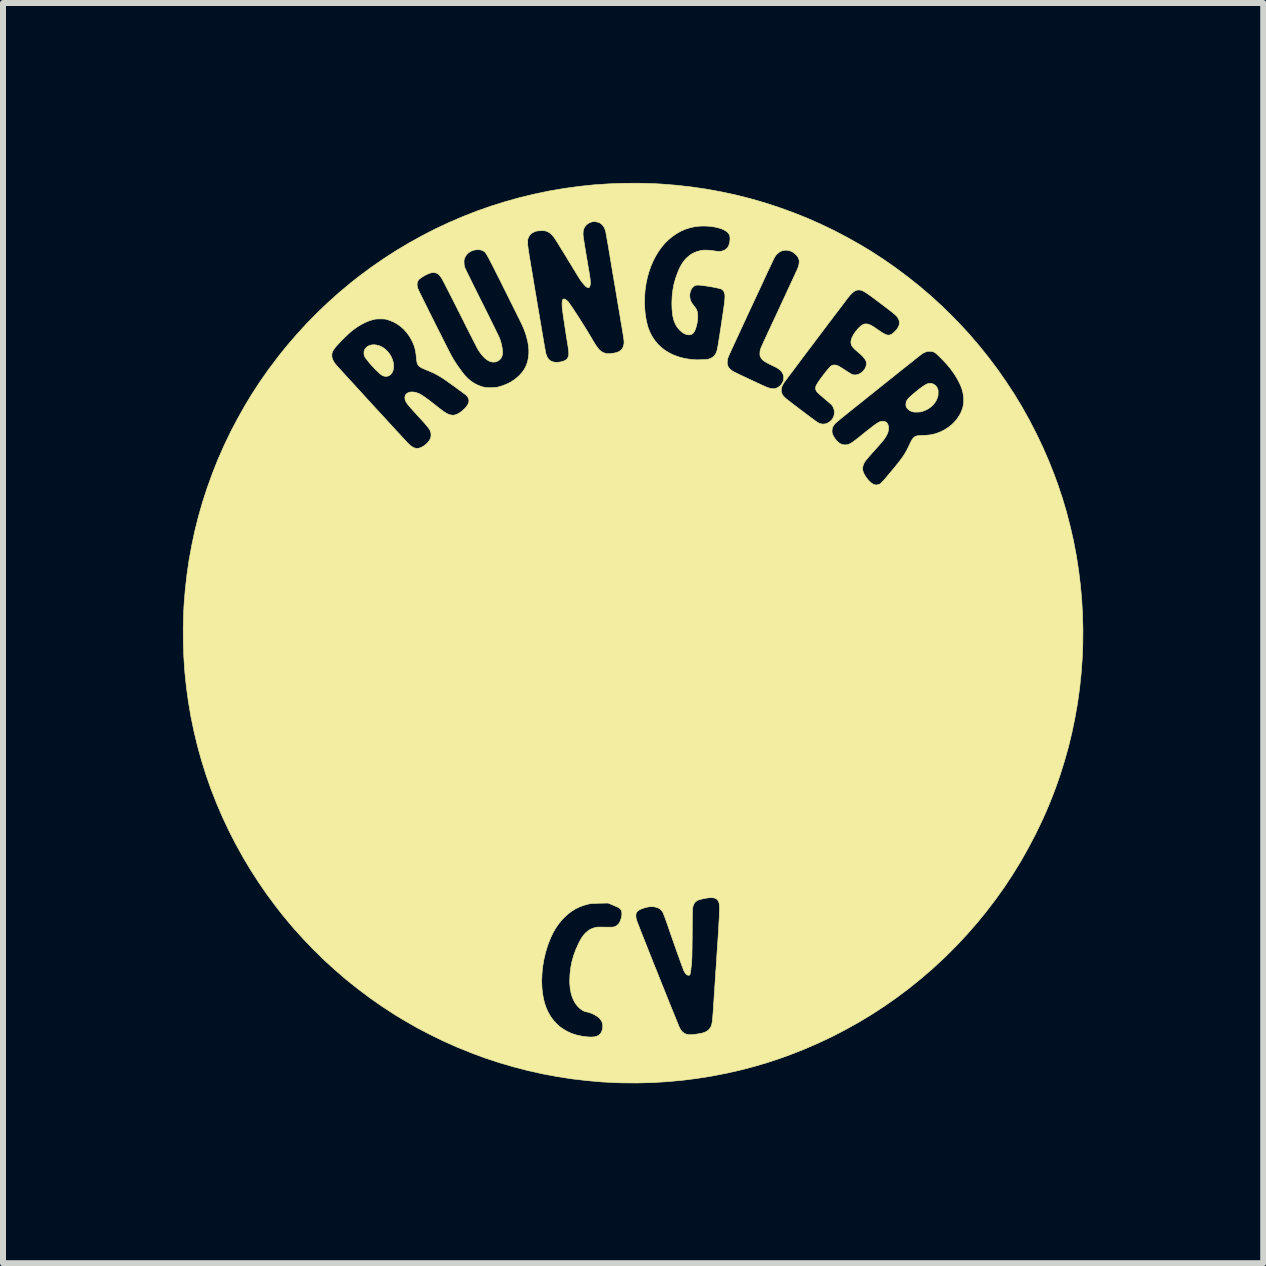
<source format=kicad_pcb>
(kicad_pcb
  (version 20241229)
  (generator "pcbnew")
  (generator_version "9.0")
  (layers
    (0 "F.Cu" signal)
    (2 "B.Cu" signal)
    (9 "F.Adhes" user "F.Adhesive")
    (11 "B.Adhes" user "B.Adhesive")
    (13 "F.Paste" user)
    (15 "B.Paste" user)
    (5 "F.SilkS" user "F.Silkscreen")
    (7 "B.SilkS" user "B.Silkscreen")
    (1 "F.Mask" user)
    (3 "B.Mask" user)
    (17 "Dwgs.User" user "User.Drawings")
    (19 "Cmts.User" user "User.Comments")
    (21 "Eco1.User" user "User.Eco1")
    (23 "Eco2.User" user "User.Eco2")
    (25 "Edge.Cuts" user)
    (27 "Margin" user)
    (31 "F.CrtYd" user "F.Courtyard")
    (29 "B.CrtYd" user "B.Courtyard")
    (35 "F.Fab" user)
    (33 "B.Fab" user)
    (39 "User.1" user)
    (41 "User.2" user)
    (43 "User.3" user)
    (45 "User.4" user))
  (footprint "Rungler CV"
    (layer "F.Cu")
    (at 7.505 7.505)
    (property "Reference" "Rungler CV" (at 0 0 0) (layer "F.SilkS") (effects (font (size 1.524 1.524) (thickness 0.3))))
    (attr through_hole)
    (fp_poly (pts (xy -4.276 -4.802) (xy -4.234 -4.791) (xy -4.204 -4.779) (xy -4.161 -4.755) (xy -4.122 -4.724) (xy -4.086 -4.687) (xy -4.055 -4.646) (xy -4.029 -4.601) (xy -4.01 -4.555) (xy -3.997 -4.507) (xy -3.993 -4.469) (xy -3.994 -4.424) (xy -4 -4.384) (xy -4.013 -4.35) (xy -4.033 -4.322) (xy -4.039 -4.314) (xy -4.06 -4.297) (xy -4.082 -4.286) (xy -4.108 -4.281) (xy -4.115 -4.281) (xy -4.135 -4.281) (xy -4.151 -4.284) (xy -4.167 -4.29) (xy -4.179 -4.295) (xy -4.19 -4.301) (xy -4.201 -4.308) (xy -4.213 -4.317) (xy -4.227 -4.33) (xy -4.244 -4.346) (xy -4.266 -4.366) (xy -4.286 -4.385) (xy -4.31 -4.41) (xy -4.335 -4.437) (xy -4.361 -4.465) (xy -4.386 -4.494) (xy -4.41 -4.522) (xy -4.431 -4.549) (xy -4.449 -4.572) (xy -4.464 -4.592) (xy -4.473 -4.607) (xy -4.474 -4.61) (xy -4.484 -4.639) (xy -4.487 -4.671) (xy -4.484 -4.702) (xy -4.481 -4.712) (xy -4.469 -4.736) (xy -4.451 -4.758) (xy -4.428 -4.778) (xy -4.402 -4.792) (xy -4.392 -4.796) (xy -4.356 -4.805) (xy -4.317 -4.807) (xy -4.276 -4.802)) (stroke (width 0.01) (type solid)) (fill yes) (layer "F.SilkS"))
    (fp_poly (pts (xy 4.969 -4.163) (xy 4.983 -4.16) (xy 4.998 -4.155) (xy 5.009 -4.149) (xy 5.031 -4.136) (xy 5.049 -4.12) (xy 5.064 -4.1) (xy 5.075 -4.078) (xy 5.08 -4.066) (xy 5.083 -4.056) (xy 5.085 -4.044) (xy 5.086 -4.029) (xy 5.086 -4.007) (xy 5.086 -4.007) (xy 5.085 -3.974) (xy 5.082 -3.949) (xy 5.078 -3.935) (xy 5.059 -3.887) (xy 5.033 -3.843) (xy 5 -3.803) (xy 4.961 -3.767) (xy 4.916 -3.736) (xy 4.865 -3.711) (xy 4.834 -3.7) (xy 4.816 -3.694) (xy 4.8 -3.69) (xy 4.785 -3.687) (xy 4.767 -3.686) (xy 4.743 -3.685) (xy 4.739 -3.685) (xy 4.713 -3.684) (xy 4.694 -3.685) (xy 4.678 -3.686) (xy 4.665 -3.689) (xy 4.659 -3.691) (xy 4.634 -3.699) (xy 4.614 -3.709) (xy 4.596 -3.722) (xy 4.586 -3.731) (xy 4.568 -3.75) (xy 4.556 -3.769) (xy 4.55 -3.791) (xy 4.549 -3.814) (xy 4.551 -3.839) (xy 4.557 -3.862) (xy 4.569 -3.884) (xy 4.583 -3.904) (xy 4.594 -3.916) (xy 4.61 -3.932) (xy 4.631 -3.951) (xy 4.656 -3.973) (xy 4.682 -3.996) (xy 4.71 -4.019) (xy 4.738 -4.042) (xy 4.765 -4.063) (xy 4.789 -4.082) (xy 4.796 -4.087) (xy 4.828 -4.11) (xy 4.854 -4.127) (xy 4.876 -4.141) (xy 4.895 -4.151) (xy 4.912 -4.157) (xy 4.927 -4.161) (xy 4.942 -4.163) (xy 4.951 -4.163) (xy 4.969 -4.163)) (stroke (width 0.01) (type solid)) (fill yes) (layer "F.SilkS"))
    (fp_poly (pts (xy 0.35 -7.493) (xy 0.466 -7.487) (xy 0.717 -7.467) (xy 0.967 -7.439) (xy 1.216 -7.403) (xy 1.462 -7.358) (xy 1.707 -7.306) (xy 1.949 -7.245) (xy 2.189 -7.176) (xy 2.426 -7.099) (xy 2.661 -7.014) (xy 2.893 -6.922) (xy 3.122 -6.821) (xy 3.348 -6.713) (xy 3.571 -6.596) (xy 3.79 -6.473) (xy 3.975 -6.361) (xy 4.184 -6.225) (xy 4.388 -6.082) (xy 4.588 -5.932) (xy 4.784 -5.776) (xy 4.974 -5.613) (xy 5.159 -5.443) (xy 5.338 -5.267) (xy 5.512 -5.085) (xy 5.603 -4.985) (xy 5.767 -4.794) (xy 5.925 -4.598) (xy 6.076 -4.397) (xy 6.22 -4.191) (xy 6.357 -3.981) (xy 6.487 -3.766) (xy 6.609 -3.547) (xy 6.724 -3.324) (xy 6.832 -3.097) (xy 6.932 -2.867) (xy 7.025 -2.632) (xy 7.078 -2.487) (xy 7.157 -2.252) (xy 7.227 -2.015) (xy 7.289 -1.775) (xy 7.344 -1.534) (xy 7.39 -1.291) (xy 7.428 -1.046) (xy 7.458 -0.801) (xy 7.48 -0.555) (xy 7.494 -0.308) (xy 7.5 -0.061) (xy 7.498 0.186) (xy 7.488 0.433) (xy 7.47 0.68) (xy 7.444 0.926) (xy 7.41 1.17) (xy 7.367 1.414) (xy 7.317 1.656) (xy 7.259 1.897) (xy 7.192 2.135) (xy 7.118 2.371) (xy 7.078 2.487) (xy 7.031 2.618) (xy 6.982 2.745) (xy 6.933 2.867) (xy 6.881 2.989) (xy 6.826 3.111) (xy 6.767 3.236) (xy 6.704 3.365) (xy 6.697 3.378) (xy 6.58 3.6) (xy 6.457 3.817) (xy 6.326 4.03) (xy 6.188 4.239) (xy 6.043 4.442) (xy 5.891 4.641) (xy 5.732 4.836) (xy 5.567 5.025) (xy 5.396 5.208) (xy 5.218 5.387) (xy 5.033 5.559) (xy 4.985 5.603) (xy 4.794 5.767) (xy 4.598 5.925) (xy 4.397 6.076) (xy 4.191 6.22) (xy 3.981 6.357) (xy 3.766 6.487) (xy 3.547 6.609) (xy 3.324 6.725) (xy 3.097 6.832) (xy 2.866 6.933) (xy 2.632 7.025) (xy 2.487 7.078) (xy 2.255 7.156) (xy 2.019 7.226) (xy 1.781 7.288) (xy 1.54 7.342) (xy 1.297 7.389) (xy 1.052 7.427) (xy 0.806 7.458) (xy 0.559 7.48) (xy 0.311 7.495) (xy 0.064 7.501) (xy -0.183 7.499) (xy -0.26 7.497) (xy -0.513 7.484) (xy -0.765 7.462) (xy -1.014 7.433) (xy -1.262 7.395) (xy -1.508 7.349) (xy -1.752 7.295) (xy -1.994 7.232) (xy -2.233 7.162) (xy -2.47 7.084) (xy -2.705 6.997) (xy -2.936 6.903) (xy -3.165 6.801) (xy -3.39 6.691) (xy -3.613 6.574) (xy -3.832 6.448) (xy -3.975 6.361) (xy -4.184 6.225) (xy -4.389 6.082) (xy -4.588 5.932) (xy -4.776 5.782) (xy -1.523 5.782) (xy -1.523 5.838) (xy -1.518 5.93) (xy -1.508 6.015) (xy -1.494 6.095) (xy -1.475 6.17) (xy -1.475 6.172) (xy -1.447 6.252) (xy -1.413 6.327) (xy -1.373 6.395) (xy -1.326 6.458) (xy -1.274 6.515) (xy -1.217 6.566) (xy -1.153 6.61) (xy -1.085 6.648) (xy -1.012 6.68) (xy -0.934 6.704) (xy -0.851 6.721) (xy -0.832 6.724) (xy -0.783 6.73) (xy -0.737 6.734) (xy -0.695 6.735) (xy -0.659 6.733) (xy -0.639 6.731) (xy -0.603 6.721) (xy -0.573 6.706) (xy -0.548 6.684) (xy -0.529 6.655) (xy -0.515 6.62) (xy -0.51 6.602) (xy -0.505 6.56) (xy -0.507 6.522) (xy -0.517 6.486) (xy -0.536 6.453) (xy -0.556 6.427) (xy -0.581 6.404) (xy -0.612 6.382) (xy -0.648 6.361) (xy -0.686 6.343) (xy -0.725 6.328) (xy -0.762 6.318) (xy -0.785 6.314) (xy -0.809 6.307) (xy -0.835 6.295) (xy -0.863 6.277) (xy -0.891 6.255) (xy -0.918 6.229) (xy -0.928 6.218) (xy -0.963 6.172) (xy -0.993 6.119) (xy -1.017 6.061) (xy -1.035 5.997) (xy -1.048 5.927) (xy -1.055 5.851) (xy -1.056 5.795) (xy -1.052 5.688) (xy -1.04 5.583) (xy -1.02 5.48) (xy -0.992 5.379) (xy -0.955 5.278) (xy -0.91 5.179) (xy -0.908 5.174) (xy -0.887 5.134) (xy -0.869 5.1) (xy -0.851 5.072) (xy -0.833 5.047) (xy -0.815 5.024) (xy -0.794 5.002) (xy -0.792 5) (xy -0.755 4.967) (xy -0.717 4.942) (xy -0.676 4.923) (xy -0.63 4.909) (xy -0.625 4.907) (xy -0.612 4.905) (xy -0.598 4.903) (xy -0.58 4.902) (xy -0.558 4.902) (xy -0.53 4.902) (xy -0.506 4.902) (xy -0.464 4.903) (xy -0.429 4.903) (xy -0.401 4.903) (xy -0.378 4.903) (xy -0.361 4.903) (xy -0.347 4.903) (xy -0.336 4.902) (xy -0.328 4.9) (xy -0.32 4.899) (xy -0.313 4.897) (xy -0.283 4.884) (xy -0.256 4.864) (xy -0.234 4.839) (xy -0.233 4.837) (xy -0.219 4.813) (xy -0.207 4.783) (xy -0.197 4.75) (xy -0.19 4.718) (xy -0.188 4.703) (xy 0.046 4.703) (xy 0.047 4.736) (xy 0.055 4.773) (xy 0.062 4.796) (xy 0.066 4.808) (xy 0.074 4.828) (xy 0.084 4.854) (xy 0.097 4.887) (xy 0.112 4.926) (xy 0.129 4.97) (xy 0.148 5.019) (xy 0.17 5.073) (xy 0.192 5.13) (xy 0.217 5.192) (xy 0.242 5.256) (xy 0.269 5.324) (xy 0.297 5.393) (xy 0.325 5.465) (xy 0.354 5.538) (xy 0.384 5.611) (xy 0.414 5.686) (xy 0.443 5.76) (xy 0.473 5.834) (xy 0.502 5.907) (xy 0.531 5.978) (xy 0.559 6.048) (xy 0.586 6.116) (xy 0.612 6.181) (xy 0.637 6.243) (xy 0.661 6.301) (xy 0.683 6.355) (xy 0.703 6.405) (xy 0.721 6.449) (xy 0.737 6.489) (xy 0.751 6.522) (xy 0.762 6.55) (xy 0.771 6.57) (xy 0.777 6.583) (xy 0.778 6.587) (xy 0.8 6.622) (xy 0.826 6.652) (xy 0.856 6.674) (xy 0.89 6.689) (xy 0.9 6.691) (xy 0.928 6.696) (xy 0.963 6.696) (xy 1.005 6.694) (xy 1.049 6.688) (xy 1.099 6.68) (xy 1.141 6.672) (xy 1.177 6.662) (xy 1.207 6.65) (xy 1.232 6.636) (xy 1.254 6.62) (xy 1.272 6.602) (xy 1.278 6.594) (xy 1.287 6.582) (xy 1.294 6.57) (xy 1.301 6.557) (xy 1.306 6.542) (xy 1.311 6.525) (xy 1.316 6.504) (xy 1.32 6.48) (xy 1.323 6.451) (xy 1.327 6.416) (xy 1.33 6.376) (xy 1.334 6.329) (xy 1.338 6.275) (xy 1.34 6.242) (xy 1.341 6.219) (xy 1.343 6.188) (xy 1.346 6.15) (xy 1.349 6.105) (xy 1.352 6.054) (xy 1.356 5.997) (xy 1.36 5.936) (xy 1.364 5.871) (xy 1.369 5.802) (xy 1.374 5.73) (xy 1.378 5.655) (xy 1.384 5.579) (xy 1.389 5.502) (xy 1.394 5.424) (xy 1.395 5.4) (xy 1.402 5.299) (xy 1.408 5.207) (xy 1.414 5.123) (xy 1.419 5.046) (xy 1.423 4.976) (xy 1.427 4.912) (xy 1.43 4.855) (xy 1.433 4.803) (xy 1.436 4.758) (xy 1.438 4.717) (xy 1.439 4.681) (xy 1.44 4.649) (xy 1.441 4.622) (xy 1.441 4.598) (xy 1.441 4.577) (xy 1.441 4.559) (xy 1.44 4.544) (xy 1.439 4.531) (xy 1.438 4.52) (xy 1.436 4.51) (xy 1.434 4.501) (xy 1.434 4.501) (xy 1.424 4.474) (xy 1.411 4.452) (xy 1.393 4.435) (xy 1.371 4.422) (xy 1.344 4.415) (xy 1.311 4.411) (xy 1.272 4.413) (xy 1.227 4.418) (xy 1.174 4.428) (xy 1.16 4.431) (xy 1.128 4.439) (xy 1.102 4.446) (xy 1.082 4.453) (xy 1.066 4.462) (xy 1.052 4.472) (xy 1.044 4.478) (xy 1.03 4.493) (xy 1.019 4.508) (xy 1.01 4.526) (xy 1.002 4.548) (xy 0.998 4.56) (xy 0.997 4.565) (xy 0.996 4.57) (xy 0.994 4.576) (xy 0.993 4.583) (xy 0.992 4.591) (xy 0.991 4.602) (xy 0.991 4.615) (xy 0.99 4.631) (xy 0.99 4.651) (xy 0.989 4.676) (xy 0.989 4.705) (xy 0.988 4.739) (xy 0.988 4.78) (xy 0.987 4.826) (xy 0.987 4.88) (xy 0.987 4.941) (xy 0.986 5) (xy 0.986 5.071) (xy 0.985 5.136) (xy 0.984 5.193) (xy 0.984 5.243) (xy 0.983 5.288) (xy 0.982 5.327) (xy 0.982 5.363) (xy 0.981 5.394) (xy 0.98 5.423) (xy 0.978 5.449) (xy 0.977 5.473) (xy 0.975 5.496) (xy 0.973 5.519) (xy 0.971 5.542) (xy 0.968 5.566) (xy 0.965 5.592) (xy 0.965 5.596) (xy 0.961 5.629) (xy 0.957 5.655) (xy 0.954 5.674) (xy 0.95 5.688) (xy 0.945 5.697) (xy 0.94 5.702) (xy 0.934 5.705) (xy 0.934 5.705) (xy 0.916 5.705) (xy 0.898 5.697) (xy 0.88 5.682) (xy 0.863 5.659) (xy 0.847 5.63) (xy 0.846 5.629) (xy 0.843 5.62) (xy 0.836 5.603) (xy 0.828 5.58) (xy 0.817 5.552) (xy 0.805 5.518) (xy 0.791 5.48) (xy 0.776 5.438) (xy 0.76 5.393) (xy 0.743 5.346) (xy 0.725 5.297) (xy 0.708 5.247) (xy 0.69 5.197) (xy 0.673 5.148) (xy 0.656 5.1) (xy 0.64 5.054) (xy 0.625 5.011) (xy 0.611 4.971) (xy 0.599 4.936) (xy 0.581 4.883) (xy 0.564 4.834) (xy 0.548 4.79) (xy 0.534 4.751) (xy 0.522 4.717) (xy 0.511 4.69) (xy 0.503 4.67) (xy 0.497 4.657) (xy 0.497 4.656) (xy 0.484 4.637) (xy 0.466 4.618) (xy 0.447 4.6) (xy 0.428 4.587) (xy 0.425 4.586) (xy 0.389 4.572) (xy 0.348 4.563) (xy 0.304 4.561) (xy 0.258 4.565) (xy 0.218 4.573) (xy 0.169 4.588) (xy 0.129 4.603) (xy 0.097 4.62) (xy 0.074 4.637) (xy 0.062 4.651) (xy 0.051 4.674) (xy 0.046 4.703) (xy -0.188 4.703) (xy -0.187 4.694) (xy -0.187 4.665) (xy -0.19 4.642) (xy -0.196 4.623) (xy -0.207 4.607) (xy -0.216 4.597) (xy -0.223 4.591) (xy -0.231 4.584) (xy -0.24 4.578) (xy -0.253 4.571) (xy -0.27 4.563) (xy -0.293 4.554) (xy -0.322 4.541) (xy -0.326 4.539) (xy -0.417 4.501) (xy -0.557 4.504) (xy -0.595 4.505) (xy -0.627 4.506) (xy -0.652 4.507) (xy -0.673 4.508) (xy -0.69 4.509) (xy -0.704 4.511) (xy -0.717 4.513) (xy -0.73 4.515) (xy -0.744 4.518) (xy -0.747 4.519) (xy -0.824 4.54) (xy -0.897 4.567) (xy -0.965 4.601) (xy -1.029 4.641) (xy -1.091 4.689) (xy -1.151 4.745) (xy -1.151 4.745) (xy -1.204 4.802) (xy -1.251 4.863) (xy -1.295 4.928) (xy -1.335 4.999) (xy -1.372 5.076) (xy -1.406 5.161) (xy -1.425 5.212) (xy -1.459 5.323) (xy -1.486 5.438) (xy -1.506 5.553) (xy -1.518 5.668) (xy -1.523 5.782) (xy -4.776 5.782) (xy -4.784 5.776) (xy -4.973 5.613) (xy -5.158 5.444) (xy -5.337 5.268) (xy -5.51 5.087) (xy -5.678 4.9) (xy -5.839 4.707) (xy -5.948 4.568) (xy -6.096 4.369) (xy -6.238 4.164) (xy -6.373 3.955) (xy -6.501 3.741) (xy -6.622 3.523) (xy -6.736 3.301) (xy -6.842 3.076) (xy -6.94 2.848) (xy -6.947 2.832) (xy -7.038 2.598) (xy -7.121 2.362) (xy -7.195 2.124) (xy -7.262 1.884) (xy -7.32 1.641) (xy -7.371 1.397) (xy -7.413 1.15) (xy -7.447 0.903) (xy -7.473 0.654) (xy -7.49 0.404) (xy -7.499 0.153) (xy -7.5 -0.098) (xy -7.493 -0.35) (xy -7.487 -0.466) (xy -7.467 -0.717) (xy -7.439 -0.967) (xy -7.403 -1.216) (xy -7.358 -1.462) (xy -7.306 -1.707) (xy -7.245 -1.949) (xy -7.176 -2.189) (xy -7.099 -2.426) (xy -7.014 -2.661) (xy -6.922 -2.893) (xy -6.821 -3.122) (xy -6.713 -3.348) (xy -6.596 -3.571) (xy -6.473 -3.79) (xy -6.361 -3.975) (xy -6.225 -4.184) (xy -6.082 -4.389) (xy -5.932 -4.588) (xy -5.905 -4.623) (xy -5.023 -4.623) (xy -5.018 -4.587) (xy -5.004 -4.551) (xy -4.984 -4.514) (xy -4.956 -4.477) (xy -4.952 -4.473) (xy -4.94 -4.459) (xy -4.923 -4.44) (xy -4.901 -4.416) (xy -4.875 -4.387) (xy -4.845 -4.354) (xy -4.811 -4.316) (xy -4.773 -4.275) (xy -4.733 -4.231) (xy -4.69 -4.184) (xy -4.645 -4.135) (xy -4.597 -4.083) (xy -4.548 -4.029) (xy -4.498 -3.974) (xy -4.447 -3.918) (xy -4.395 -3.862) (xy -4.343 -3.805) (xy -4.291 -3.748) (xy -4.239 -3.692) (xy -4.188 -3.637) (xy -4.138 -3.582) (xy -4.09 -3.53) (xy -4.044 -3.479) (xy -3.999 -3.431) (xy -3.957 -3.385) (xy -3.918 -3.343) (xy -3.882 -3.304) (xy -3.85 -3.269) (xy -3.821 -3.238) (xy -3.797 -3.211) (xy -3.777 -3.19) (xy -3.762 -3.174) (xy -3.752 -3.164) (xy -3.749 -3.161) (xy -3.714 -3.128) (xy -3.68 -3.104) (xy -3.648 -3.088) (xy -3.616 -3.08) (xy -3.586 -3.079) (xy -3.564 -3.084) (xy -3.528 -3.098) (xy -3.493 -3.118) (xy -3.46 -3.142) (xy -3.43 -3.17) (xy -3.404 -3.201) (xy -3.385 -3.231) (xy -3.378 -3.247) (xy -3.37 -3.275) (xy -3.368 -3.307) (xy -3.371 -3.338) (xy -3.378 -3.363) (xy -3.382 -3.372) (xy 3.317 -3.372) (xy 3.317 -3.352) (xy 3.319 -3.338) (xy 3.322 -3.325) (xy 3.328 -3.31) (xy 3.332 -3.301) (xy 3.35 -3.268) (xy 3.368 -3.24) (xy 3.39 -3.213) (xy 3.401 -3.201) (xy 3.43 -3.174) (xy 3.459 -3.155) (xy 3.49 -3.143) (xy 3.522 -3.138) (xy 3.548 -3.138) (xy 3.564 -3.139) (xy 3.578 -3.142) (xy 3.592 -3.146) (xy 3.609 -3.154) (xy 3.62 -3.159) (xy 3.63 -3.165) (xy 3.641 -3.171) (xy 3.653 -3.179) (xy 3.668 -3.189) (xy 3.685 -3.202) (xy 3.706 -3.217) (xy 3.73 -3.236) (xy 3.76 -3.259) (xy 3.794 -3.287) (xy 3.834 -3.319) (xy 3.838 -3.322) (xy 3.886 -3.361) (xy 3.929 -3.394) (xy 3.966 -3.423) (xy 3.998 -3.448) (xy 4.026 -3.469) (xy 4.05 -3.486) (xy 4.071 -3.5) (xy 4.089 -3.51) (xy 4.105 -3.519) (xy 4.119 -3.524) (xy 4.132 -3.528) (xy 4.145 -3.531) (xy 4.157 -3.532) (xy 4.163 -3.532) (xy 4.192 -3.528) (xy 4.216 -3.518) (xy 4.235 -3.501) (xy 4.249 -3.478) (xy 4.257 -3.449) (xy 4.26 -3.417) (xy 4.258 -3.389) (xy 4.253 -3.363) (xy 4.244 -3.335) (xy 4.23 -3.303) (xy 4.228 -3.3) (xy 4.221 -3.287) (xy 4.214 -3.274) (xy 4.205 -3.26) (xy 4.195 -3.246) (xy 4.184 -3.23) (xy 4.169 -3.211) (xy 4.152 -3.191) (xy 4.132 -3.167) (xy 4.108 -3.139) (xy 4.08 -3.107) (xy 4.048 -3.071) (xy 4.01 -3.028) (xy 3.988 -3.004) (xy 3.955 -2.967) (xy 3.928 -2.936) (xy 3.905 -2.909) (xy 3.886 -2.886) (xy 3.871 -2.866) (xy 3.859 -2.848) (xy 3.85 -2.831) (xy 3.843 -2.816) (xy 3.837 -2.8) (xy 3.834 -2.79) (xy 3.828 -2.76) (xy 3.827 -2.73) (xy 3.833 -2.699) (xy 3.845 -2.666) (xy 3.864 -2.631) (xy 3.889 -2.591) (xy 3.89 -2.591) (xy 3.913 -2.561) (xy 3.938 -2.534) (xy 3.965 -2.509) (xy 3.991 -2.49) (xy 4.015 -2.476) (xy 4.021 -2.474) (xy 4.042 -2.47) (xy 4.066 -2.47) (xy 4.092 -2.476) (xy 4.109 -2.483) (xy 4.116 -2.486) (xy 4.123 -2.491) (xy 4.13 -2.496) (xy 4.138 -2.504) (xy 4.148 -2.514) (xy 4.16 -2.527) (xy 4.175 -2.543) (xy 4.193 -2.563) (xy 4.214 -2.588) (xy 4.239 -2.617) (xy 4.268 -2.653) (xy 4.291 -2.68) (xy 4.334 -2.731) (xy 4.372 -2.777) (xy 4.405 -2.818) (xy 4.434 -2.855) (xy 4.459 -2.888) (xy 4.482 -2.918) (xy 4.502 -2.947) (xy 4.52 -2.974) (xy 4.536 -3) (xy 4.551 -3.027) (xy 4.566 -3.054) (xy 4.581 -3.084) (xy 4.596 -3.115) (xy 4.599 -3.12) (xy 4.613 -3.151) (xy 4.625 -3.176) (xy 4.635 -3.195) (xy 4.642 -3.209) (xy 4.648 -3.22) (xy 4.654 -3.229) (xy 4.659 -3.236) (xy 4.665 -3.243) (xy 4.669 -3.248) (xy 4.682 -3.261) (xy 4.694 -3.272) (xy 4.708 -3.279) (xy 4.725 -3.285) (xy 4.745 -3.29) (xy 4.77 -3.292) (xy 4.801 -3.294) (xy 4.834 -3.295) (xy 4.886 -3.298) (xy 4.932 -3.302) (xy 4.974 -3.308) (xy 5.014 -3.317) (xy 5.054 -3.328) (xy 5.063 -3.331) (xy 5.131 -3.358) (xy 5.195 -3.39) (xy 5.255 -3.429) (xy 5.31 -3.472) (xy 5.359 -3.52) (xy 5.403 -3.572) (xy 5.44 -3.628) (xy 5.471 -3.686) (xy 5.493 -3.747) (xy 5.499 -3.767) (xy 5.51 -3.823) (xy 5.513 -3.883) (xy 5.509 -3.946) (xy 5.499 -4.01) (xy 5.481 -4.074) (xy 5.478 -4.083) (xy 5.464 -4.118) (xy 5.447 -4.157) (xy 5.426 -4.199) (xy 5.403 -4.241) (xy 5.379 -4.282) (xy 5.36 -4.312) (xy 5.325 -4.362) (xy 5.29 -4.41) (xy 5.252 -4.456) (xy 5.212 -4.502) (xy 5.166 -4.55) (xy 5.116 -4.601) (xy 5.113 -4.604) (xy 5.086 -4.63) (xy 5.064 -4.651) (xy 5.045 -4.667) (xy 5.028 -4.679) (xy 5.013 -4.687) (xy 4.998 -4.692) (xy 4.982 -4.695) (xy 4.963 -4.697) (xy 4.955 -4.698) (xy 4.924 -4.698) (xy 4.896 -4.693) (xy 4.869 -4.683) (xy 4.838 -4.668) (xy 4.838 -4.668) (xy 4.835 -4.666) (xy 4.831 -4.664) (xy 4.827 -4.662) (xy 4.823 -4.659) (xy 4.817 -4.655) (xy 4.81 -4.65) (xy 4.802 -4.643) (xy 4.792 -4.636) (xy 4.78 -4.627) (xy 4.766 -4.616) (xy 4.749 -4.603) (xy 4.73 -4.587) (xy 4.707 -4.57) (xy 4.682 -4.549) (xy 4.653 -4.526) (xy 4.62 -4.5) (xy 4.583 -4.471) (xy 4.542 -4.438) (xy 4.496 -4.402) (xy 4.446 -4.362) (xy 4.391 -4.318) (xy 4.331 -4.269) (xy 4.265 -4.217) (xy 4.193 -4.16) (xy 4.116 -4.098) (xy 4.032 -4.031) (xy 3.981 -3.99) (xy 3.907 -3.931) (xy 3.84 -3.877) (xy 3.778 -3.827) (xy 3.722 -3.783) (xy 3.671 -3.742) (xy 3.626 -3.706) (xy 3.585 -3.673) (xy 3.549 -3.644) (xy 3.517 -3.618) (xy 3.489 -3.596) (xy 3.465 -3.576) (xy 3.444 -3.559) (xy 3.427 -3.544) (xy 3.412 -3.531) (xy 3.399 -3.521) (xy 3.389 -3.511) (xy 3.38 -3.504) (xy 3.373 -3.497) (xy 3.368 -3.492) (xy 3.363 -3.487) (xy 3.359 -3.482) (xy 3.356 -3.478) (xy 3.338 -3.453) (xy 3.326 -3.43) (xy 3.32 -3.406) (xy 3.317 -3.38) (xy 3.317 -3.372) (xy -3.382 -3.372) (xy -3.383 -3.374) (xy -3.389 -3.387) (xy -3.397 -3.4) (xy -3.407 -3.414) (xy -3.419 -3.431) (xy -3.435 -3.45) (xy -3.454 -3.473) (xy -3.476 -3.499) (xy -3.503 -3.529) (xy -3.535 -3.564) (xy -3.573 -3.605) (xy -3.58 -3.613) (xy -3.618 -3.655) (xy -3.651 -3.691) (xy -3.679 -3.722) (xy -3.703 -3.749) (xy -3.723 -3.772) (xy -3.739 -3.791) (xy -3.753 -3.807) (xy -3.763 -3.822) (xy -3.772 -3.834) (xy -3.779 -3.845) (xy -3.786 -3.856) (xy -3.789 -3.863) (xy -3.801 -3.894) (xy -3.805 -3.923) (xy -3.802 -3.949) (xy -3.792 -3.972) (xy -3.776 -3.991) (xy -3.754 -4.006) (xy -3.728 -4.016) (xy -3.697 -4.02) (xy -3.662 -4.019) (xy -3.631 -4.014) (xy -3.61 -4.008) (xy -3.589 -4) (xy -3.567 -3.991) (xy -3.543 -3.979) (xy -3.518 -3.964) (xy -3.489 -3.945) (xy -3.457 -3.923) (xy -3.421 -3.896) (xy -3.379 -3.865) (xy -3.334 -3.829) (xy -3.294 -3.798) (xy -3.26 -3.771) (xy -3.231 -3.749) (xy -3.207 -3.731) (xy -3.187 -3.715) (xy -3.17 -3.703) (xy -3.156 -3.693) (xy -3.144 -3.685) (xy -3.134 -3.678) (xy -3.124 -3.672) (xy -3.116 -3.667) (xy -3.078 -3.648) (xy -3.043 -3.637) (xy -3.009 -3.632) (xy -2.976 -3.635) (xy -2.943 -3.646) (xy -2.928 -3.653) (xy -2.893 -3.672) (xy -2.86 -3.696) (xy -2.828 -3.723) (xy -2.799 -3.751) (xy -2.775 -3.781) (xy -2.756 -3.809) (xy -2.743 -3.837) (xy -2.739 -3.85) (xy -2.736 -3.879) (xy -2.743 -3.907) (xy -2.756 -3.935) (xy -2.778 -3.961) (xy -2.782 -3.965) (xy -2.79 -3.972) (xy -2.805 -3.984) (xy -2.825 -3.999) (xy -2.849 -4.017) (xy -2.877 -4.038) (xy -2.908 -4.06) (xy -2.91 -4.062) (xy 2.47 -4.062) (xy 2.471 -4.03) (xy 2.479 -3.998) (xy 2.485 -3.985) (xy 2.491 -3.973) (xy 2.498 -3.962) (xy 2.508 -3.95) (xy 2.52 -3.937) (xy 2.536 -3.922) (xy 2.555 -3.905) (xy 2.579 -3.886) (xy 2.609 -3.862) (xy 2.644 -3.835) (xy 2.669 -3.816) (xy 2.723 -3.775) (xy 2.774 -3.736) (xy 2.823 -3.7) (xy 2.869 -3.665) (xy 2.911 -3.633) (xy 2.95 -3.604) (xy 2.984 -3.579) (xy 3.014 -3.557) (xy 3.038 -3.539) (xy 3.057 -3.526) (xy 3.069 -3.517) (xy 3.072 -3.515) (xy 3.102 -3.499) (xy 3.13 -3.489) (xy 3.16 -3.485) (xy 3.178 -3.485) (xy 3.197 -3.487) (xy 3.212 -3.489) (xy 3.227 -3.494) (xy 3.245 -3.503) (xy 3.28 -3.524) (xy 3.309 -3.551) (xy 3.331 -3.582) (xy 3.347 -3.616) (xy 3.355 -3.652) (xy 3.357 -3.69) (xy 3.351 -3.727) (xy 3.337 -3.765) (xy 3.32 -3.795) (xy 3.314 -3.802) (xy 3.302 -3.813) (xy 3.286 -3.828) (xy 3.265 -3.846) (xy 3.242 -3.866) (xy 3.217 -3.887) (xy 3.209 -3.894) (xy 3.172 -3.925) (xy 3.141 -3.952) (xy 3.115 -3.974) (xy 3.095 -3.993) (xy 3.078 -4.009) (xy 3.066 -4.023) (xy 3.057 -4.034) (xy 3.052 -4.044) (xy 3.044 -4.066) (xy 3.043 -4.092) (xy 3.048 -4.116) (xy 3.051 -4.124) (xy 3.06 -4.14) (xy 3.073 -4.162) (xy 3.09 -4.189) (xy 3.11 -4.218) (xy 3.133 -4.25) (xy 3.158 -4.283) (xy 3.183 -4.317) (xy 3.209 -4.35) (xy 3.234 -4.381) (xy 3.235 -4.381) (xy 3.258 -4.409) (xy 3.278 -4.431) (xy 3.294 -4.447) (xy 3.309 -4.458) (xy 3.324 -4.465) (xy 3.338 -4.469) (xy 3.354 -4.47) (xy 3.365 -4.47) (xy 3.377 -4.468) (xy 3.389 -4.466) (xy 3.401 -4.462) (xy 3.415 -4.456) (xy 3.432 -4.448) (xy 3.452 -4.436) (xy 3.477 -4.421) (xy 3.507 -4.402) (xy 3.542 -4.379) (xy 3.544 -4.378) (xy 3.57 -4.361) (xy 3.594 -4.346) (xy 3.615 -4.333) (xy 3.632 -4.322) (xy 3.645 -4.315) (xy 3.65 -4.312) (xy 3.68 -4.304) (xy 3.713 -4.304) (xy 3.746 -4.31) (xy 3.779 -4.324) (xy 3.81 -4.345) (xy 3.832 -4.364) (xy 3.858 -4.395) (xy 3.877 -4.427) (xy 3.887 -4.46) (xy 3.89 -4.482) (xy 3.89 -4.506) (xy 3.886 -4.528) (xy 3.877 -4.549) (xy 3.863 -4.571) (xy 3.851 -4.587) (xy 3.841 -4.599) (xy 3.832 -4.609) (xy 3.821 -4.62) (xy 3.809 -4.632) (xy 3.795 -4.646) (xy 3.776 -4.662) (xy 3.753 -4.682) (xy 3.725 -4.707) (xy 3.72 -4.711) (xy 3.691 -4.737) (xy 3.669 -4.761) (xy 3.652 -4.782) (xy 3.641 -4.803) (xy 3.635 -4.824) (xy 3.632 -4.846) (xy 3.632 -4.851) (xy 3.636 -4.883) (xy 3.646 -4.918) (xy 3.664 -4.955) (xy 3.687 -4.994) (xy 3.716 -5.034) (xy 3.75 -5.074) (xy 3.77 -5.095) (xy 3.798 -5.121) (xy 3.826 -5.139) (xy 3.853 -5.151) (xy 3.882 -5.155) (xy 3.911 -5.152) (xy 3.944 -5.142) (xy 3.979 -5.125) (xy 4.018 -5.101) (xy 4.026 -5.095) (xy 4.068 -5.066) (xy 4.103 -5.042) (xy 4.134 -5.022) (xy 4.159 -5.006) (xy 4.18 -4.993) (xy 4.199 -4.984) (xy 4.214 -4.977) (xy 4.228 -4.972) (xy 4.24 -4.969) (xy 4.252 -4.968) (xy 4.256 -4.968) (xy 4.275 -4.969) (xy 4.292 -4.974) (xy 4.31 -4.982) (xy 4.328 -4.995) (xy 4.35 -5.014) (xy 4.365 -5.029) (xy 4.384 -5.048) (xy 4.398 -5.064) (xy 4.408 -5.079) (xy 4.417 -5.094) (xy 4.422 -5.103) (xy 4.43 -5.121) (xy 4.435 -5.134) (xy 4.438 -5.147) (xy 4.438 -5.163) (xy 4.439 -5.173) (xy 4.438 -5.192) (xy 4.437 -5.206) (xy 4.433 -5.219) (xy 4.427 -5.233) (xy 4.425 -5.238) (xy 4.42 -5.247) (xy 4.415 -5.256) (xy 4.409 -5.265) (xy 4.402 -5.274) (xy 4.394 -5.284) (xy 4.384 -5.294) (xy 4.371 -5.306) (xy 4.356 -5.32) (xy 4.337 -5.335) (xy 4.314 -5.354) (xy 4.287 -5.375) (xy 4.256 -5.399) (xy 4.219 -5.427) (xy 4.177 -5.459) (xy 4.129 -5.495) (xy 4.085 -5.528) (xy 4.037 -5.564) (xy 3.996 -5.595) (xy 3.959 -5.622) (xy 3.928 -5.644) (xy 3.901 -5.663) (xy 3.878 -5.678) (xy 3.857 -5.69) (xy 3.84 -5.7) (xy 3.825 -5.707) (xy 3.811 -5.713) (xy 3.798 -5.717) (xy 3.787 -5.719) (xy 3.759 -5.721) (xy 3.732 -5.718) (xy 3.706 -5.708) (xy 3.679 -5.692) (xy 3.651 -5.668) (xy 3.621 -5.638) (xy 3.596 -5.607) (xy 3.588 -5.597) (xy 3.575 -5.581) (xy 3.558 -5.559) (xy 3.537 -5.531) (xy 3.513 -5.499) (xy 3.485 -5.462) (xy 3.454 -5.421) (xy 3.42 -5.376) (xy 3.383 -5.328) (xy 3.344 -5.277) (xy 3.304 -5.223) (xy 3.261 -5.167) (xy 3.218 -5.109) (xy 3.173 -5.05) (xy 3.128 -4.99) (xy 3.082 -4.929) (xy 3.036 -4.868) (xy 2.99 -4.807) (xy 2.944 -4.746) (xy 2.899 -4.687) (xy 2.855 -4.628) (xy 2.813 -4.572) (xy 2.772 -4.517) (xy 2.733 -4.465) (xy 2.696 -4.416) (xy 2.662 -4.37) (xy 2.63 -4.328) (xy 2.601 -4.29) (xy 2.576 -4.256) (xy 2.555 -4.227) (xy 2.537 -4.204) (xy 2.524 -4.186) (xy 2.515 -4.174) (xy 2.512 -4.168) (xy 2.49 -4.13) (xy 2.476 -4.095) (xy 2.47 -4.062) (xy -2.91 -4.062) (xy -2.941 -4.084) (xy -2.974 -4.109) (xy -3.009 -4.133) (xy -3.042 -4.157) (xy -3.075 -4.18) (xy -3.105 -4.202) (xy -3.132 -4.221) (xy -3.156 -4.237) (xy -3.16 -4.24) (xy -3.204 -4.268) (xy -3.246 -4.293) (xy -3.287 -4.316) (xy -3.331 -4.338) (xy -3.379 -4.359) (xy -3.433 -4.382) (xy -3.437 -4.383) (xy -3.472 -4.398) (xy -3.5 -4.41) (xy -3.523 -4.42) (xy -3.54 -4.43) (xy -3.554 -4.439) (xy -3.566 -4.449) (xy -3.576 -4.459) (xy -3.578 -4.462) (xy -3.587 -4.474) (xy -3.595 -4.489) (xy -3.601 -4.508) (xy -3.606 -4.531) (xy -3.61 -4.56) (xy -3.613 -4.597) (xy -3.613 -4.598) (xy -3.62 -4.656) (xy -3.628 -4.708) (xy -3.64 -4.757) (xy -3.655 -4.803) (xy -3.674 -4.848) (xy -3.69 -4.881) (xy -3.728 -4.948) (xy -3.773 -5.009) (xy -3.822 -5.064) (xy -3.876 -5.113) (xy -3.935 -5.154) (xy -3.998 -5.189) (xy -4.065 -5.216) (xy -4.123 -5.233) (xy -4.139 -5.236) (xy -4.163 -5.237) (xy -4.192 -5.238) (xy -4.216 -5.238) (xy -4.245 -5.238) (xy -4.268 -5.237) (xy -4.287 -5.236) (xy -4.304 -5.233) (xy -4.321 -5.23) (xy -4.326 -5.228) (xy -4.396 -5.208) (xy -4.465 -5.179) (xy -4.535 -5.143) (xy -4.606 -5.099) (xy -4.678 -5.047) (xy -4.693 -5.035) (xy -4.713 -5.018) (xy -4.738 -4.995) (xy -4.766 -4.969) (xy -4.797 -4.94) (xy -4.828 -4.909) (xy -4.859 -4.878) (xy -4.889 -4.847) (xy -4.916 -4.818) (xy -4.94 -4.792) (xy -4.949 -4.782) (xy -4.973 -4.752) (xy -4.992 -4.726) (xy -5.006 -4.702) (xy -5.015 -4.679) (xy -5.021 -4.657) (xy -5.023 -4.623) (xy -5.905 -4.623) (xy -5.776 -4.784) (xy -5.613 -4.973) (xy -5.444 -5.158) (xy -5.268 -5.337) (xy -5.087 -5.51) (xy -4.9 -5.678) (xy -4.723 -5.825) (xy -3.601 -5.825) (xy -3.6 -5.791) (xy -3.592 -5.753) (xy -3.589 -5.745) (xy -3.586 -5.738) (xy -3.58 -5.724) (xy -3.57 -5.704) (xy -3.558 -5.677) (xy -3.542 -5.646) (xy -3.524 -5.609) (xy -3.504 -5.568) (xy -3.482 -5.523) (xy -3.458 -5.475) (xy -3.432 -5.424) (xy -3.406 -5.37) (xy -3.378 -5.315) (xy -3.35 -5.258) (xy -3.321 -5.201) (xy -3.293 -5.144) (xy -3.264 -5.087) (xy -3.236 -5.031) (xy -3.208 -4.976) (xy -3.181 -4.923) (xy -3.156 -4.872) (xy -3.132 -4.825) (xy -3.109 -4.78) (xy -3.089 -4.74) (xy -3.071 -4.705) (xy -3.055 -4.674) (xy -3.042 -4.649) (xy -3.032 -4.63) (xy -3.026 -4.619) (xy -2.986 -4.55) (xy -2.941 -4.48) (xy -2.894 -4.413) (xy -2.847 -4.349) (xy -2.8 -4.291) (xy -2.795 -4.286) (xy -2.749 -4.239) (xy -2.697 -4.197) (xy -2.641 -4.16) (xy -2.582 -4.131) (xy -2.521 -4.108) (xy -2.47 -4.096) (xy -2.445 -4.093) (xy -2.413 -4.091) (xy -2.379 -4.091) (xy -2.343 -4.092) (xy -2.308 -4.094) (xy -2.277 -4.097) (xy -2.254 -4.101) (xy -2.18 -4.123) (xy -2.108 -4.151) (xy -2.04 -4.185) (xy -1.977 -4.226) (xy -1.92 -4.273) (xy -1.888 -4.304) (xy -1.845 -4.353) (xy -1.81 -4.405) (xy -1.782 -4.459) (xy -1.761 -4.518) (xy -1.747 -4.581) (xy -1.739 -4.649) (xy -1.738 -4.665) (xy -1.738 -4.722) (xy -1.743 -4.783) (xy -1.754 -4.849) (xy -1.77 -4.917) (xy -1.79 -4.987) (xy -1.815 -5.057) (xy -1.84 -5.117) (xy -1.845 -5.127) (xy -1.853 -5.144) (xy -1.864 -5.168) (xy -1.879 -5.198) (xy -1.896 -5.234) (xy -1.917 -5.274) (xy -1.939 -5.32) (xy -1.964 -5.37) (xy -1.991 -5.424) (xy -2.019 -5.481) (xy -2.049 -5.541) (xy -2.08 -5.603) (xy -2.112 -5.668) (xy -2.145 -5.734) (xy -2.149 -5.741) (xy -2.188 -5.82) (xy -2.224 -5.892) (xy -2.257 -5.957) (xy -2.287 -6.016) (xy -2.313 -6.069) (xy -2.337 -6.116) (xy -2.358 -6.157) (xy -2.377 -6.193) (xy -2.393 -6.225) (xy -2.408 -6.253) (xy -2.421 -6.276) (xy -2.432 -6.296) (xy -2.442 -6.312) (xy -2.45 -6.326) (xy -2.458 -6.337) (xy -2.465 -6.346) (xy -2.471 -6.353) (xy -2.478 -6.358) (xy -2.483 -6.363) (xy -2.489 -6.366) (xy -2.496 -6.37) (xy -2.502 -6.373) (xy -2.509 -6.376) (xy -2.524 -6.383) (xy -2.537 -6.387) (xy -2.551 -6.39) (xy -2.57 -6.391) (xy -2.578 -6.392) (xy -2.624 -6.39) (xy -2.667 -6.381) (xy -2.706 -6.365) (xy -2.741 -6.343) (xy -2.77 -6.315) (xy -2.794 -6.282) (xy -2.811 -6.244) (xy -2.815 -6.23) (xy -2.818 -6.217) (xy -2.819 -6.203) (xy -2.819 -6.185) (xy -2.818 -6.17) (xy -2.816 -6.14) (xy -2.812 -6.116) (xy -2.806 -6.096) (xy -2.803 -6.089) (xy -2.797 -6.075) (xy -2.787 -6.054) (xy -2.774 -6.027) (xy -2.758 -5.994) (xy -2.739 -5.956) (xy -2.718 -5.913) (xy -2.695 -5.866) (xy -2.669 -5.814) (xy -2.642 -5.759) (xy -2.613 -5.701) (xy -2.583 -5.64) (xy -2.552 -5.577) (xy -2.519 -5.513) (xy -2.519 -5.512) (xy -2.486 -5.447) (xy -2.455 -5.384) (xy -2.424 -5.322) (xy -2.395 -5.264) (xy -2.368 -5.208) (xy -2.342 -5.156) (xy -2.318 -5.108) (xy -2.297 -5.064) (xy -2.278 -5.025) (xy -2.261 -4.991) (xy -2.248 -4.964) (xy -2.238 -4.942) (xy -2.231 -4.927) (xy -2.227 -4.919) (xy -2.212 -4.876) (xy -2.199 -4.83) (xy -2.189 -4.785) (xy -2.181 -4.742) (xy -2.177 -4.703) (xy -2.176 -4.682) (xy -2.179 -4.642) (xy -2.189 -4.607) (xy -2.206 -4.577) (xy -2.229 -4.553) (xy -2.258 -4.534) (xy -2.264 -4.531) (xy -2.298 -4.52) (xy -2.333 -4.518) (xy -2.369 -4.523) (xy -2.404 -4.537) (xy -2.44 -4.559) (xy -2.476 -4.588) (xy -2.511 -4.625) (xy -2.546 -4.669) (xy -2.58 -4.72) (xy -2.594 -4.744) (xy -2.599 -4.752) (xy -2.607 -4.768) (xy -2.618 -4.79) (xy -2.632 -4.818) (xy -2.65 -4.852) (xy -2.67 -4.891) (xy -2.692 -4.935) (xy -2.717 -4.984) (xy -2.743 -5.036) (xy -2.771 -5.091) (xy -2.801 -5.15) (xy -2.831 -5.211) (xy -2.863 -5.274) (xy -2.892 -5.332) (xy -2.927 -5.401) (xy -2.96 -5.467) (xy -2.992 -5.53) (xy -3.022 -5.589) (xy -3.051 -5.646) (xy -3.077 -5.698) (xy -3.102 -5.745) (xy -3.124 -5.788) (xy -3.143 -5.826) (xy -3.16 -5.858) (xy -3.173 -5.883) (xy -3.184 -5.903) (xy -3.191 -5.915) (xy -3.193 -5.919) (xy -3.215 -5.949) (xy -3.235 -5.973) (xy -3.255 -5.99) (xy -3.277 -6.001) (xy -3.3 -6.008) (xy -3.319 -6.01) (xy -3.336 -6.011) (xy -3.352 -6.009) (xy -3.37 -6.006) (xy -3.385 -6.001) (xy -3.412 -5.991) (xy -3.442 -5.978) (xy -3.472 -5.963) (xy -3.501 -5.946) (xy -3.528 -5.928) (xy -3.552 -5.911) (xy -3.57 -5.895) (xy -3.581 -5.882) (xy -3.595 -5.856) (xy -3.601 -5.825) (xy -4.723 -5.825) (xy -4.707 -5.839) (xy -4.568 -5.948) (xy -4.369 -6.096) (xy -4.164 -6.238) (xy -3.955 -6.373) (xy -3.741 -6.501) (xy -3.728 -6.508) (xy -1.758 -6.508) (xy -1.758 -6.505) (xy -1.758 -6.498) (xy -1.758 -6.491) (xy -1.758 -6.484) (xy -1.757 -6.475) (xy -1.756 -6.465) (xy -1.755 -6.454) (xy -1.753 -6.441) (xy -1.751 -6.425) (xy -1.749 -6.406) (xy -1.745 -6.385) (xy -1.742 -6.36) (xy -1.737 -6.331) (xy -1.732 -6.298) (xy -1.726 -6.26) (xy -1.719 -6.218) (xy -1.711 -6.17) (xy -1.702 -6.117) (xy -1.692 -6.058) (xy -1.681 -5.993) (xy -1.669 -5.921) (xy -1.656 -5.842) (xy -1.642 -5.756) (xy -1.626 -5.662) (xy -1.611 -5.575) (xy -1.597 -5.49) (xy -1.583 -5.407) (xy -1.569 -5.326) (xy -1.556 -5.247) (xy -1.543 -5.172) (xy -1.531 -5.101) (xy -1.52 -5.033) (xy -1.509 -4.97) (xy -1.499 -4.912) (xy -1.49 -4.859) (xy -1.482 -4.811) (xy -1.475 -4.77) (xy -1.468 -4.735) (xy -1.463 -4.706) (xy -1.46 -4.685) (xy -1.457 -4.672) (xy -1.456 -4.667) (xy -1.442 -4.624) (xy -1.424 -4.588) (xy -1.401 -4.559) (xy -1.373 -4.537) (xy -1.34 -4.523) (xy -1.303 -4.515) (xy -1.261 -4.514) (xy -1.214 -4.52) (xy -1.208 -4.521) (xy -1.19 -4.525) (xy 1.57 -4.525) (xy 1.57 -4.489) (xy 1.578 -4.457) (xy 1.584 -4.444) (xy 1.598 -4.423) (xy 1.617 -4.401) (xy 1.642 -4.38) (xy 1.659 -4.367) (xy 1.666 -4.363) (xy 1.681 -4.355) (xy 1.701 -4.345) (xy 1.727 -4.333) (xy 1.757 -4.318) (xy 1.792 -4.301) (xy 1.829 -4.284) (xy 1.868 -4.265) (xy 1.91 -4.246) (xy 1.951 -4.226) (xy 1.993 -4.207) (xy 2.034 -4.188) (xy 2.073 -4.169) (xy 2.11 -4.153) (xy 2.143 -4.137) (xy 2.173 -4.124) (xy 2.197 -4.113) (xy 2.217 -4.104) (xy 2.225 -4.101) (xy 2.266 -4.086) (xy 2.303 -4.077) (xy 2.335 -4.074) (xy 2.364 -4.076) (xy 2.377 -4.079) (xy 2.403 -4.089) (xy 2.429 -4.105) (xy 2.453 -4.125) (xy 2.469 -4.142) (xy 2.492 -4.176) (xy 2.506 -4.211) (xy 2.512 -4.247) (xy 2.511 -4.282) (xy 2.501 -4.316) (xy 2.484 -4.348) (xy 2.459 -4.378) (xy 2.445 -4.39) (xy 2.431 -4.401) (xy 2.415 -4.412) (xy 2.396 -4.424) (xy 2.372 -4.437) (xy 2.343 -4.451) (xy 2.309 -4.467) (xy 2.267 -4.488) (xy 2.232 -4.506) (xy 2.203 -4.523) (xy 2.18 -4.538) (xy 2.161 -4.554) (xy 2.146 -4.57) (xy 2.134 -4.587) (xy 2.126 -4.602) (xy 2.12 -4.614) (xy 2.117 -4.625) (xy 2.115 -4.638) (xy 2.115 -4.655) (xy 2.115 -4.665) (xy 2.116 -4.69) (xy 2.119 -4.71) (xy 2.124 -4.73) (xy 2.126 -4.737) (xy 2.129 -4.746) (xy 2.136 -4.762) (xy 2.146 -4.784) (xy 2.158 -4.812) (xy 2.173 -4.845) (xy 2.19 -4.882) (xy 2.209 -4.923) (xy 2.23 -4.968) (xy 2.251 -5.015) (xy 2.274 -5.063) (xy 2.284 -5.084) (xy 2.313 -5.148) (xy 2.343 -5.212) (xy 2.374 -5.278) (xy 2.405 -5.344) (xy 2.436 -5.411) (xy 2.466 -5.477) (xy 2.496 -5.541) (xy 2.526 -5.605) (xy 2.554 -5.666) (xy 2.581 -5.725) (xy 2.607 -5.78) (xy 2.631 -5.833) (xy 2.654 -5.881) (xy 2.674 -5.925) (xy 2.692 -5.963) (xy 2.707 -5.996) (xy 2.719 -6.023) (xy 2.729 -6.044) (xy 2.735 -6.058) (xy 2.736 -6.06) (xy 2.754 -6.105) (xy 2.765 -6.145) (xy 2.77 -6.182) (xy 2.769 -6.215) (xy 2.76 -6.245) (xy 2.745 -6.274) (xy 2.723 -6.301) (xy 2.696 -6.327) (xy 2.66 -6.353) (xy 2.622 -6.371) (xy 2.581 -6.381) (xy 2.54 -6.384) (xy 2.499 -6.378) (xy 2.464 -6.366) (xy 2.437 -6.351) (xy 2.411 -6.329) (xy 2.386 -6.304) (xy 2.365 -6.275) (xy 2.354 -6.257) (xy 2.35 -6.249) (xy 2.343 -6.234) (xy 2.333 -6.213) (xy 2.32 -6.185) (xy 2.304 -6.151) (xy 2.286 -6.112) (xy 2.265 -6.068) (xy 2.242 -6.02) (xy 2.218 -5.967) (xy 2.191 -5.911) (xy 2.164 -5.851) (xy 2.135 -5.789) (xy 2.105 -5.724) (xy 2.074 -5.658) (xy 2.042 -5.59) (xy 2.01 -5.521) (xy 1.978 -5.451) (xy 1.945 -5.382) (xy 1.913 -5.313) (xy 1.882 -5.244) (xy 1.85 -5.177) (xy 1.82 -5.111) (xy 1.79 -5.047) (xy 1.762 -4.986) (xy 1.735 -4.928) (xy 1.71 -4.873) (xy 1.686 -4.822) (xy 1.665 -4.776) (xy 1.645 -4.734) (xy 1.629 -4.697) (xy 1.614 -4.666) (xy 1.603 -4.64) (xy 1.594 -4.622) (xy 1.589 -4.61) (xy 1.587 -4.606) (xy 1.575 -4.565) (xy 1.57 -4.525) (xy -1.19 -4.525) (xy -1.169 -4.531) (xy -1.138 -4.543) (xy -1.113 -4.559) (xy -1.095 -4.578) (xy -1.082 -4.601) (xy -1.077 -4.617) (xy -1.074 -4.631) (xy -1.072 -4.647) (xy -1.072 -4.666) (xy -1.073 -4.688) (xy -1.076 -4.715) (xy -1.08 -4.748) (xy -1.086 -4.787) (xy -1.09 -4.814) (xy -1.094 -4.835) (xy -1.098 -4.864) (xy -1.104 -4.898) (xy -1.11 -4.938) (xy -1.117 -4.981) (xy -1.124 -5.028) (xy -1.131 -5.076) (xy -1.139 -5.125) (xy -1.144 -5.158) (xy -1.152 -5.212) (xy -1.159 -5.258) (xy -1.165 -5.297) (xy -1.169 -5.33) (xy -1.173 -5.358) (xy -1.176 -5.382) (xy -1.179 -5.402) (xy -1.18 -5.419) (xy -1.182 -5.435) (xy -1.182 -5.449) (xy -1.183 -5.462) (xy -1.183 -5.476) (xy -1.183 -5.505) (xy -1.182 -5.528) (xy -1.179 -5.544) (xy -1.175 -5.555) (xy -1.169 -5.563) (xy -1.162 -5.568) (xy -1.159 -5.569) (xy -1.144 -5.569) (xy -1.126 -5.562) (xy -1.106 -5.547) (xy -1.087 -5.529) (xy -1.078 -5.518) (xy -1.064 -5.5) (xy -1.048 -5.477) (xy -1.028 -5.448) (xy -1.005 -5.415) (xy -0.981 -5.378) (xy -0.954 -5.337) (xy -0.926 -5.294) (xy -0.897 -5.249) (xy -0.868 -5.203) (xy -0.838 -5.156) (xy -0.809 -5.109) (xy -0.78 -5.063) (xy -0.753 -5.018) (xy -0.727 -4.975) (xy -0.703 -4.935) (xy -0.69 -4.913) (xy -0.662 -4.865) (xy -0.637 -4.825) (xy -0.615 -4.791) (xy -0.594 -4.762) (xy -0.575 -4.738) (xy -0.558 -4.719) (xy -0.54 -4.704) (xy -0.523 -4.691) (xy -0.505 -4.681) (xy -0.476 -4.669) (xy -0.447 -4.661) (xy -0.415 -4.658) (xy -0.379 -4.659) (xy -0.365 -4.661) (xy -0.315 -4.668) (xy -0.273 -4.678) (xy -0.238 -4.692) (xy -0.21 -4.71) (xy -0.187 -4.732) (xy -0.17 -4.759) (xy -0.159 -4.791) (xy -0.152 -4.822) (xy -0.151 -4.829) (xy -0.151 -4.836) (xy -0.15 -4.843) (xy -0.15 -4.851) (xy -0.151 -4.861) (xy -0.151 -4.872) (xy -0.153 -4.886) (xy -0.155 -4.903) (xy -0.158 -4.924) (xy -0.161 -4.948) (xy -0.166 -4.977) (xy -0.171 -5.01) (xy -0.178 -5.049) (xy -0.185 -5.094) (xy -0.194 -5.146) (xy -0.204 -5.204) (xy -0.215 -5.27) (xy -0.224 -5.328) (xy -0.235 -5.391) (xy -0.247 -5.461) (xy -0.253 -5.498) (xy 0.191 -5.498) (xy 0.194 -5.42) (xy 0.2 -5.344) (xy 0.21 -5.27) (xy 0.223 -5.2) (xy 0.238 -5.136) (xy 0.25 -5.095) (xy 0.28 -5.019) (xy 0.316 -4.948) (xy 0.359 -4.883) (xy 0.408 -4.823) (xy 0.463 -4.769) (xy 0.524 -4.72) (xy 0.591 -4.678) (xy 0.664 -4.641) (xy 0.743 -4.611) (xy 0.784 -4.598) (xy 0.846 -4.582) (xy 0.911 -4.57) (xy 0.982 -4.561) (xy 1.016 -4.558) (xy 1.033 -4.557) (xy 1.056 -4.556) (xy 1.083 -4.556) (xy 1.112 -4.557) (xy 1.143 -4.558) (xy 1.172 -4.559) (xy 1.2 -4.56) (xy 1.224 -4.562) (xy 1.242 -4.563) (xy 1.254 -4.565) (xy 1.254 -4.566) (xy 1.294 -4.58) (xy 1.328 -4.6) (xy 1.356 -4.625) (xy 1.374 -4.65) (xy 1.379 -4.66) (xy 1.384 -4.67) (xy 1.389 -4.681) (xy 1.394 -4.694) (xy 1.398 -4.709) (xy 1.403 -4.726) (xy 1.407 -4.748) (xy 1.412 -4.773) (xy 1.418 -4.803) (xy 1.424 -4.838) (xy 1.43 -4.88) (xy 1.438 -4.928) (xy 1.447 -4.984) (xy 1.452 -5.019) (xy 1.465 -5.101) (xy 1.476 -5.176) (xy 1.486 -5.244) (xy 1.495 -5.304) (xy 1.503 -5.358) (xy 1.51 -5.405) (xy 1.516 -5.447) (xy 1.521 -5.484) (xy 1.525 -5.516) (xy 1.527 -5.544) (xy 1.53 -5.567) (xy 1.531 -5.588) (xy 1.532 -5.605) (xy 1.532 -5.62) (xy 1.531 -5.633) (xy 1.53 -5.644) (xy 1.528 -5.654) (xy 1.526 -5.663) (xy 1.525 -5.666) (xy 1.513 -5.695) (xy 1.497 -5.717) (xy 1.475 -5.733) (xy 1.47 -5.736) (xy 1.458 -5.74) (xy 1.438 -5.746) (xy 1.411 -5.752) (xy 1.38 -5.759) (xy 1.345 -5.766) (xy 1.307 -5.773) (xy 1.267 -5.78) (xy 1.226 -5.786) (xy 1.185 -5.792) (xy 1.147 -5.797) (xy 1.118 -5.8) (xy 1.09 -5.802) (xy 1.069 -5.802) (xy 1.052 -5.8) (xy 1.037 -5.795) (xy 1.021 -5.787) (xy 1.014 -5.782) (xy 0.991 -5.762) (xy 0.972 -5.735) (xy 0.958 -5.703) (xy 0.948 -5.666) (xy 0.945 -5.637) (xy 0.946 -5.599) (xy 0.952 -5.564) (xy 0.964 -5.53) (xy 0.983 -5.497) (xy 1.008 -5.465) (xy 1.03 -5.436) (xy 1.048 -5.411) (xy 1.06 -5.387) (xy 1.069 -5.363) (xy 1.074 -5.336) (xy 1.078 -5.304) (xy 1.078 -5.3) (xy 1.078 -5.249) (xy 1.072 -5.193) (xy 1.06 -5.135) (xy 1.048 -5.091) (xy 1.035 -5.054) (xy 1.02 -5.025) (xy 1.004 -5.003) (xy 0.986 -4.987) (xy 0.966 -4.977) (xy 0.943 -4.973) (xy 0.931 -4.972) (xy 0.897 -4.976) (xy 0.863 -4.988) (xy 0.829 -5.007) (xy 0.795 -5.035) (xy 0.78 -5.049) (xy 0.75 -5.082) (xy 0.725 -5.117) (xy 0.704 -5.155) (xy 0.686 -5.197) (xy 0.672 -5.243) (xy 0.661 -5.295) (xy 0.654 -5.353) (xy 0.649 -5.417) (xy 0.647 -5.488) (xy 0.647 -5.508) (xy 0.651 -5.613) (xy 0.663 -5.717) (xy 0.682 -5.818) (xy 0.71 -5.918) (xy 0.746 -6.017) (xy 0.748 -6.022) (xy 0.772 -6.077) (xy 0.796 -6.124) (xy 0.821 -6.166) (xy 0.847 -6.203) (xy 0.876 -6.237) (xy 0.879 -6.24) (xy 0.922 -6.281) (xy 0.966 -6.314) (xy 1.014 -6.34) (xy 1.065 -6.361) (xy 1.122 -6.376) (xy 1.153 -6.382) (xy 1.175 -6.384) (xy 1.203 -6.385) (xy 1.236 -6.384) (xy 1.271 -6.382) (xy 1.306 -6.379) (xy 1.34 -6.374) (xy 1.346 -6.373) (xy 1.378 -6.368) (xy 1.403 -6.365) (xy 1.423 -6.363) (xy 1.44 -6.363) (xy 1.455 -6.364) (xy 1.472 -6.367) (xy 1.476 -6.367) (xy 1.511 -6.378) (xy 1.542 -6.395) (xy 1.568 -6.418) (xy 1.588 -6.446) (xy 1.594 -6.458) (xy 1.604 -6.488) (xy 1.612 -6.523) (xy 1.616 -6.559) (xy 1.617 -6.579) (xy 1.614 -6.613) (xy 1.605 -6.642) (xy 1.588 -6.668) (xy 1.57 -6.686) (xy 1.541 -6.707) (xy 1.505 -6.727) (xy 1.463 -6.744) (xy 1.415 -6.758) (xy 1.363 -6.77) (xy 1.308 -6.779) (xy 1.251 -6.784) (xy 1.192 -6.787) (xy 1.133 -6.786) (xy 1.075 -6.782) (xy 1.026 -6.775) (xy 0.945 -6.757) (xy 0.867 -6.732) (xy 0.793 -6.699) (xy 0.721 -6.658) (xy 0.654 -6.611) (xy 0.59 -6.558) (xy 0.529 -6.498) (xy 0.473 -6.432) (xy 0.422 -6.36) (xy 0.375 -6.282) (xy 0.333 -6.2) (xy 0.296 -6.113) (xy 0.264 -6.021) (xy 0.237 -5.925) (xy 0.216 -5.824) (xy 0.201 -5.72) (xy 0.195 -5.652) (xy 0.191 -5.576) (xy 0.191 -5.498) (xy -0.253 -5.498) (xy -0.26 -5.537) (xy -0.273 -5.617) (xy -0.287 -5.7) (xy -0.301 -5.785) (xy -0.316 -5.87) (xy -0.33 -5.954) (xy -0.344 -6.036) (xy -0.357 -6.115) (xy -0.369 -6.188) (xy -0.37 -6.195) (xy -0.381 -6.258) (xy -0.391 -6.319) (xy -0.401 -6.377) (xy -0.41 -6.433) (xy -0.419 -6.485) (xy -0.428 -6.532) (xy -0.435 -6.575) (xy -0.442 -6.613) (xy -0.447 -6.644) (xy -0.452 -6.669) (xy -0.455 -6.687) (xy -0.457 -6.698) (xy -0.458 -6.699) (xy -0.471 -6.74) (xy -0.489 -6.775) (xy -0.512 -6.805) (xy -0.538 -6.828) (xy -0.556 -6.839) (xy -0.595 -6.853) (xy -0.634 -6.86) (xy -0.672 -6.859) (xy -0.709 -6.849) (xy -0.744 -6.832) (xy -0.776 -6.808) (xy -0.786 -6.797) (xy -0.808 -6.769) (xy -0.823 -6.736) (xy -0.832 -6.7) (xy -0.834 -6.658) (xy -0.834 -6.651) (xy -0.834 -6.643) (xy -0.833 -6.634) (xy -0.832 -6.623) (xy -0.831 -6.61) (xy -0.828 -6.594) (xy -0.826 -6.575) (xy -0.822 -6.553) (xy -0.818 -6.526) (xy -0.813 -6.495) (xy -0.807 -6.459) (xy -0.801 -6.417) (xy -0.793 -6.37) (xy -0.784 -6.317) (xy -0.774 -6.256) (xy -0.762 -6.189) (xy -0.75 -6.114) (xy -0.741 -6.062) (xy -0.732 -6.009) (xy -0.725 -5.963) (xy -0.719 -5.925) (xy -0.715 -5.892) (xy -0.713 -5.865) (xy -0.712 -5.842) (xy -0.712 -5.823) (xy -0.714 -5.808) (xy -0.717 -5.795) (xy -0.722 -5.781) (xy -0.728 -5.769) (xy -0.732 -5.764) (xy -0.739 -5.759) (xy -0.746 -5.758) (xy -0.757 -5.761) (xy -0.759 -5.761) (xy -0.771 -5.767) (xy -0.784 -5.776) (xy -0.799 -5.79) (xy -0.818 -5.81) (xy -0.839 -5.836) (xy -0.848 -5.846) (xy -0.854 -5.853) (xy -0.859 -5.86) (xy -0.865 -5.868) (xy -0.871 -5.876) (xy -0.877 -5.886) (xy -0.885 -5.898) (xy -0.894 -5.912) (xy -0.905 -5.93) (xy -0.918 -5.95) (xy -0.934 -5.975) (xy -0.951 -6.004) (xy -0.972 -6.039) (xy -0.997 -6.078) (xy -1.024 -6.124) (xy -1.056 -6.176) (xy -1.073 -6.204) (xy -1.117 -6.276) (xy -1.156 -6.34) (xy -1.192 -6.398) (xy -1.223 -6.448) (xy -1.249 -6.491) (xy -1.272 -6.527) (xy -1.291 -6.557) (xy -1.305 -6.579) (xy -1.316 -6.595) (xy -1.316 -6.596) (xy -1.347 -6.634) (xy -1.38 -6.665) (xy -1.414 -6.687) (xy -1.45 -6.702) (xy -1.467 -6.706) (xy -1.487 -6.708) (xy -1.513 -6.709) (xy -1.541 -6.709) (xy -1.569 -6.707) (xy -1.594 -6.705) (xy -1.616 -6.701) (xy -1.626 -6.698) (xy -1.663 -6.682) (xy -1.693 -6.664) (xy -1.717 -6.641) (xy -1.736 -6.613) (xy -1.749 -6.585) (xy -1.753 -6.573) (xy -1.756 -6.562) (xy -1.757 -6.548) (xy -1.758 -6.531) (xy -1.758 -6.508) (xy -3.728 -6.508) (xy -3.523 -6.622) (xy -3.301 -6.736) (xy -3.076 -6.842) (xy -2.848 -6.94) (xy -2.832 -6.947) (xy -2.598 -7.038) (xy -2.362 -7.121) (xy -2.124 -7.195) (xy -1.884 -7.262) (xy -1.641 -7.32) (xy -1.397 -7.371) (xy -1.15 -7.413) (xy -0.903 -7.447) (xy -0.654 -7.473) (xy -0.404 -7.49) (xy -0.153 -7.499) (xy 0.098 -7.5) (xy 0.35 -7.493)) (stroke (width 0.01) (type solid)) (fill yes) (layer "F.SilkS")))
  (gr_rect
    (start -3 -3)
    (end 18.011 18.011)
    (stroke (width 0.1) (type default))
    (fill no)
    (layer "Edge.Cuts")))
</source>
